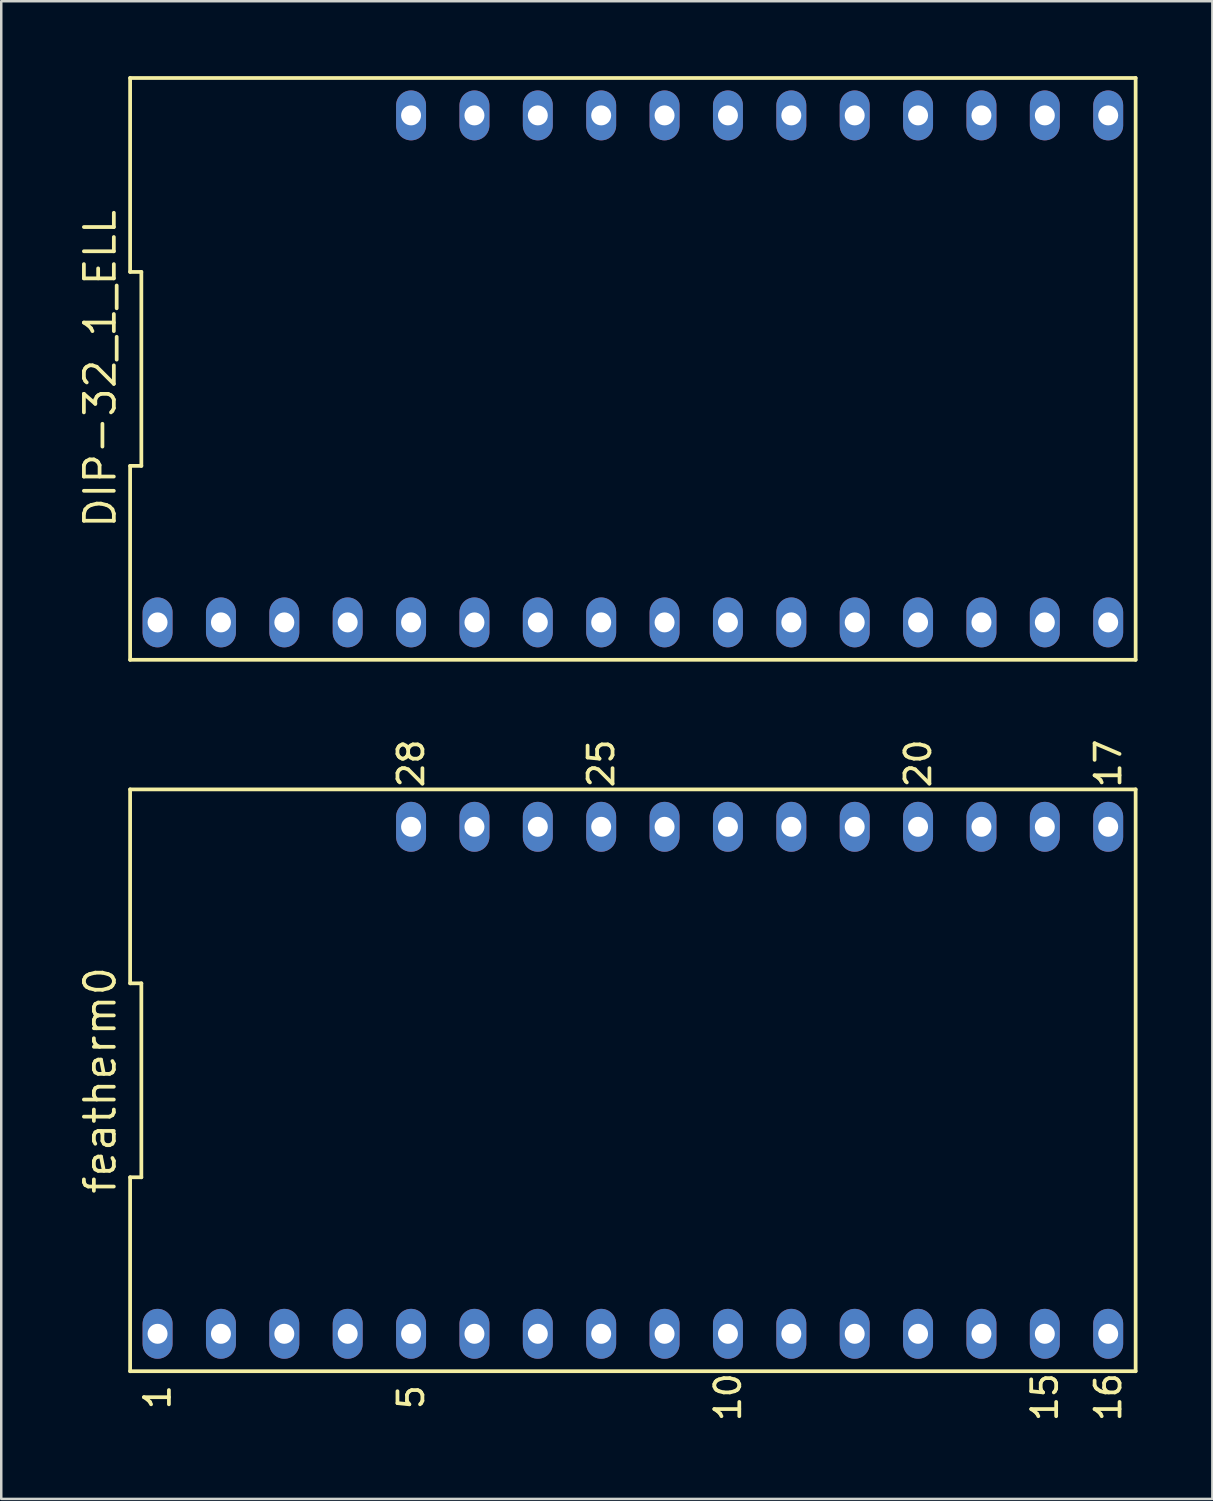
<source format=kicad_pcb>
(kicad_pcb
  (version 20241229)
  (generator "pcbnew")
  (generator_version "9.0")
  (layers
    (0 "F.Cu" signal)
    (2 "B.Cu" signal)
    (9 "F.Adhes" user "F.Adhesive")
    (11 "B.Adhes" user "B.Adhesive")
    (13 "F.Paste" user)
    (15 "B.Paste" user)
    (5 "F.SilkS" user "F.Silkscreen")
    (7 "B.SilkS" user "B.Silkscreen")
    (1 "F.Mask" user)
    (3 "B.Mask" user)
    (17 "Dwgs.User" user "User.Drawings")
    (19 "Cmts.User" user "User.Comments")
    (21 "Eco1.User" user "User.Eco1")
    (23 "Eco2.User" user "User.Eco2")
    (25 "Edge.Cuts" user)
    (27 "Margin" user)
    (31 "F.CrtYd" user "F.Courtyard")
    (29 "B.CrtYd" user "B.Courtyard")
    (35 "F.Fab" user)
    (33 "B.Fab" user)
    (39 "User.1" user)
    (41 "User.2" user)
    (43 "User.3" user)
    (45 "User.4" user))
  (footprint "DIP-32_1_ELL"
    (layer "F.Cu")
    (at 22.315 11.735)
    (property "Reference" "DIP-32_1_ELL" (at -21.35 0 90) (layer "F.SilkS") (effects (font (size 1.2 1.2) (thickness 0.15))))
    (attr through_hole)
    (fp_line (start -20.15 -11.66) (end -20.15 -3.887) (stroke (width 0.15) (type solid)) (layer "F.SilkS"))
    (fp_line (start -20.15 -3.887) (end -19.7 -3.887) (stroke (width 0.15) (type solid)) (layer "F.SilkS"))
    (fp_line (start -20.15 3.887) (end -20.15 11.66) (stroke (width 0.15) (type solid)) (layer "F.SilkS"))
    (fp_line (start -20.15 11.66) (end 20.15 11.66) (stroke (width 0.15) (type solid)) (layer "F.SilkS"))
    (fp_line (start -19.7 -3.887) (end -19.7 3.887) (stroke (width 0.15) (type solid)) (layer "F.SilkS"))
    (fp_line (start -19.7 3.887) (end -20.15 3.887) (stroke (width 0.15) (type solid)) (layer "F.SilkS"))
    (fp_line (start 20.15 -11.66) (end -20.15 -11.66) (stroke (width 0.15) (type solid)) (layer "F.SilkS"))
    (fp_line (start 20.15 11.66) (end 20.15 -11.66) (stroke (width 0.15) (type solid)) (layer "F.SilkS"))
    (pad "1" thru_hole oval (at -19.05 10.16) (size 1.2 2) (drill 0.8) (layers "*.Cu" "*.Mask"))
    (pad "2" thru_hole oval (at -16.51 10.16) (size 1.2 2) (drill 0.8) (layers "*.Cu" "*.Mask"))
    (pad "3" thru_hole oval (at -13.97 10.16) (size 1.2 2) (drill 0.8) (layers "*.Cu" "*.Mask"))
    (pad "4" thru_hole oval (at -11.43 10.16) (size 1.2 2) (drill 0.8) (layers "*.Cu" "*.Mask"))
    (pad "5" thru_hole oval (at -8.89 10.16) (size 1.2 2) (drill 0.8) (layers "*.Cu" "*.Mask"))
    (pad "6" thru_hole oval (at -6.35 10.16) (size 1.2 2) (drill 0.8) (layers "*.Cu" "*.Mask"))
    (pad "7" thru_hole oval (at -3.81 10.16) (size 1.2 2) (drill 0.8) (layers "*.Cu" "*.Mask"))
    (pad "8" thru_hole oval (at -1.27 10.16) (size 1.2 2) (drill 0.8) (layers "*.Cu" "*.Mask"))
    (pad "9" thru_hole oval (at 1.27 10.16) (size 1.2 2) (drill 0.8) (layers "*.Cu" "*.Mask"))
    (pad "10" thru_hole oval (at 3.81 10.16) (size 1.2 2) (drill 0.8) (layers "*.Cu" "*.Mask"))
    (pad "11" thru_hole oval (at 6.35 10.16) (size 1.2 2) (drill 0.8) (layers "*.Cu" "*.Mask"))
    (pad "12" thru_hole oval (at 8.89 10.16) (size 1.2 2) (drill 0.8) (layers "*.Cu" "*.Mask"))
    (pad "13" thru_hole oval (at 11.43 10.16) (size 1.2 2) (drill 0.8) (layers "*.Cu" "*.Mask"))
    (pad "14" thru_hole oval (at 13.97 10.16) (size 1.2 2) (drill 0.8) (layers "*.Cu" "*.Mask"))
    (pad "15" thru_hole oval (at 16.51 10.16) (size 1.2 2) (drill 0.8) (layers "*.Cu" "*.Mask"))
    (pad "16" thru_hole oval (at 19.05 10.16) (size 1.2 2) (drill 0.8) (layers "*.Cu" "*.Mask"))
    (pad "17" thru_hole oval (at 19.05 -10.16) (size 1.2 2) (drill 0.8) (layers "*.Cu" "*.Mask"))
    (pad "18" thru_hole oval (at 16.51 -10.16) (size 1.2 2) (drill 0.8) (layers "*.Cu" "*.Mask"))
    (pad "19" thru_hole oval (at 13.97 -10.16) (size 1.2 2) (drill 0.8) (layers "*.Cu" "*.Mask"))
    (pad "20" thru_hole oval (at 11.43 -10.16) (size 1.2 2) (drill 0.8) (layers "*.Cu" "*.Mask"))
    (pad "21" thru_hole oval (at 8.89 -10.16) (size 1.2 2) (drill 0.8) (layers "*.Cu" "*.Mask"))
    (pad "22" thru_hole oval (at 6.35 -10.16) (size 1.2 2) (drill 0.8) (layers "*.Cu" "*.Mask"))
    (pad "23" thru_hole oval (at 3.81 -10.16) (size 1.2 2) (drill 0.8) (layers "*.Cu" "*.Mask"))
    (pad "24" thru_hole oval (at 1.27 -10.16) (size 1.2 2) (drill 0.8) (layers "*.Cu" "*.Mask"))
    (pad "25" thru_hole oval (at -1.27 -10.16) (size 1.2 2) (drill 0.8) (layers "*.Cu" "*.Mask"))
    (pad "26" thru_hole oval (at -3.81 -10.16) (size 1.2 2) (drill 0.8) (layers "*.Cu" "*.Mask"))
    (pad "27" thru_hole oval (at -6.35 -10.16) (size 1.2 2) (drill 0.8) (layers "*.Cu" "*.Mask"))
    (pad "28" thru_hole oval (at -8.89 -10.16) (size 1.2 2) (drill 0.8) (layers "*.Cu" "*.Mask")))
  (footprint "featherm0"
    (layer "F.Cu")
    (at 22.315 40.247)
    (property "Reference" "featherm0" (at -21.35 0 90) (layer "F.SilkS") (effects (font (size 1.2 1.2) (thickness 0.15))))
    (attr through_hole)
    (fp_line (start -20.15 -11.66) (end -20.15 -3.887) (stroke (width 0.15) (type solid)) (layer "F.SilkS"))
    (fp_line (start -20.15 -3.887) (end -19.7 -3.887) (stroke (width 0.15) (type solid)) (layer "F.SilkS"))
    (fp_line (start -20.15 3.887) (end -20.15 11.66) (stroke (width 0.15) (type solid)) (layer "F.SilkS"))
    (fp_line (start -20.15 11.66) (end 20.15 11.66) (stroke (width 0.15) (type solid)) (layer "F.SilkS"))
    (fp_line (start -19.7 -3.887) (end -19.7 3.887) (stroke (width 0.15) (type solid)) (layer "F.SilkS"))
    (fp_line (start -19.7 3.887) (end -20.15 3.887) (stroke (width 0.15) (type solid)) (layer "F.SilkS"))
    (fp_line (start 20.15 -11.66) (end -20.15 -11.66) (stroke (width 0.15) (type solid)) (layer "F.SilkS"))
    (fp_line (start 20.15 11.66) (end 20.15 -11.66) (stroke (width 0.15) (type solid)) (layer "F.SilkS"))
    (fp_text user "10" (at 3.81 12.7 90) (layer "F.SilkS") (effects (font (size 1 1) (thickness 0.15))))
    (fp_text user "17" (at 19.05 -12.7 90) (layer "F.SilkS") (effects (font (size 1 1) (thickness 0.15))))
    (fp_text user "15" (at 16.51 12.7 90) (layer "F.SilkS") (effects (font (size 1 1) (thickness 0.15))))
    (fp_text user "20" (at 11.43 -12.7 90) (layer "F.SilkS") (effects (font (size 1 1) (thickness 0.15))))
    (fp_text user "28" (at -8.89 -12.7 90) (layer "F.SilkS") (effects (font (size 1 1) (thickness 0.15))))
    (fp_text user "1" (at -19.05 12.7 90) (layer "F.SilkS") (effects (font (size 1 1) (thickness 0.15))))
    (fp_text user "16" (at 19.05 12.7 90) (layer "F.SilkS") (effects (font (size 1 1) (thickness 0.15))))
    (fp_text user "5" (at -8.89 12.7 90) (layer "F.SilkS") (effects (font (size 1 1) (thickness 0.15))))
    (fp_text user "25" (at -1.27 -12.7 90) (layer "F.SilkS") (effects (font (size 1 1) (thickness 0.15))))
    (pad "1" thru_hole oval (at -19.05 10.16) (size 1.2 2) (drill 0.8) (layers "*.Cu" "*.Mask"))
    (pad "2" thru_hole oval (at -16.51 10.16) (size 1.2 2) (drill 0.8) (layers "*.Cu" "*.Mask"))
    (pad "3" thru_hole oval (at -13.97 10.16) (size 1.2 2) (drill 0.8) (layers "*.Cu" "*.Mask"))
    (pad "4" thru_hole oval (at -11.43 10.16) (size 1.2 2) (drill 0.8) (layers "*.Cu" "*.Mask"))
    (pad "5" thru_hole oval (at -8.89 10.16) (size 1.2 2) (drill 0.8) (layers "*.Cu" "*.Mask"))
    (pad "6" thru_hole oval (at -6.35 10.16) (size 1.2 2) (drill 0.8) (layers "*.Cu" "*.Mask"))
    (pad "7" thru_hole oval (at -3.81 10.16) (size 1.2 2) (drill 0.8) (layers "*.Cu" "*.Mask"))
    (pad "8" thru_hole oval (at -1.27 10.16) (size 1.2 2) (drill 0.8) (layers "*.Cu" "*.Mask"))
    (pad "9" thru_hole oval (at 1.27 10.16) (size 1.2 2) (drill 0.8) (layers "*.Cu" "*.Mask"))
    (pad "10" thru_hole oval (at 3.81 10.16) (size 1.2 2) (drill 0.8) (layers "*.Cu" "*.Mask"))
    (pad "11" thru_hole oval (at 6.35 10.16) (size 1.2 2) (drill 0.8) (layers "*.Cu" "*.Mask"))
    (pad "12" thru_hole oval (at 8.89 10.16) (size 1.2 2) (drill 0.8) (layers "*.Cu" "*.Mask"))
    (pad "13" thru_hole oval (at 11.43 10.16) (size 1.2 2) (drill 0.8) (layers "*.Cu" "*.Mask"))
    (pad "14" thru_hole oval (at 13.97 10.16) (size 1.2 2) (drill 0.8) (layers "*.Cu" "*.Mask"))
    (pad "15" thru_hole oval (at 16.51 10.16) (size 1.2 2) (drill 0.8) (layers "*.Cu" "*.Mask"))
    (pad "16" thru_hole oval (at 19.05 10.16) (size 1.2 2) (drill 0.8) (layers "*.Cu" "*.Mask"))
    (pad "17" thru_hole oval (at 19.05 -10.16) (size 1.2 2) (drill 0.8) (layers "*.Cu" "*.Mask"))
    (pad "18" thru_hole oval (at 16.51 -10.16) (size 1.2 2) (drill 0.8) (layers "*.Cu" "*.Mask"))
    (pad "19" thru_hole oval (at 13.97 -10.16) (size 1.2 2) (drill 0.8) (layers "*.Cu" "*.Mask"))
    (pad "20" thru_hole oval (at 11.43 -10.16) (size 1.2 2) (drill 0.8) (layers "*.Cu" "*.Mask"))
    (pad "21" thru_hole oval (at 8.89 -10.16) (size 1.2 2) (drill 0.8) (layers "*.Cu" "*.Mask"))
    (pad "22" thru_hole oval (at 6.35 -10.16) (size 1.2 2) (drill 0.8) (layers "*.Cu" "*.Mask"))
    (pad "23" thru_hole oval (at 3.81 -10.16) (size 1.2 2) (drill 0.8) (layers "*.Cu" "*.Mask"))
    (pad "24" thru_hole oval (at 1.27 -10.16) (size 1.2 2) (drill 0.8) (layers "*.Cu" "*.Mask"))
    (pad "25" thru_hole oval (at -1.27 -10.16) (size 1.2 2) (drill 0.8) (layers "*.Cu" "*.Mask"))
    (pad "26" thru_hole oval (at -3.81 -10.16) (size 1.2 2) (drill 0.8) (layers "*.Cu" "*.Mask"))
    (pad "27" thru_hole oval (at -6.35 -10.16) (size 1.2 2) (drill 0.8) (layers "*.Cu" "*.Mask"))
    (pad "28" thru_hole oval (at -8.89 -10.16) (size 1.2 2) (drill 0.8) (layers "*.Cu" "*.Mask")))
  (gr_rect
    (start -3 -3)
    (end 45.54 57.025)
    (stroke (width 0.1) (type default))
    (fill no)
    (layer "Edge.Cuts")))
</source>
